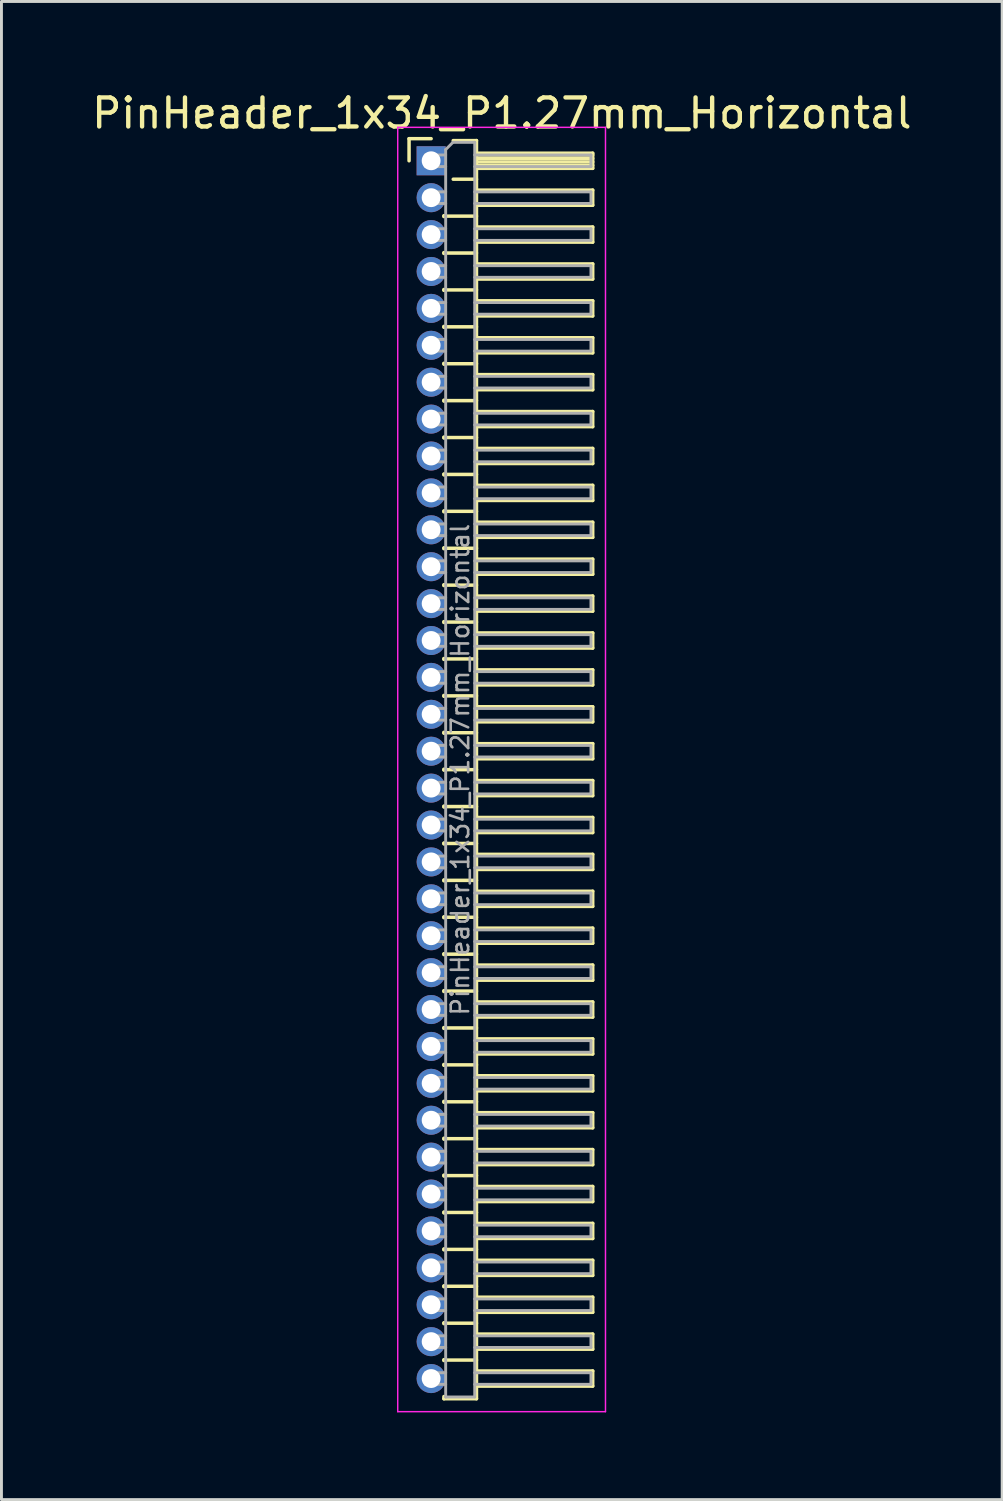
<source format=kicad_pcb>
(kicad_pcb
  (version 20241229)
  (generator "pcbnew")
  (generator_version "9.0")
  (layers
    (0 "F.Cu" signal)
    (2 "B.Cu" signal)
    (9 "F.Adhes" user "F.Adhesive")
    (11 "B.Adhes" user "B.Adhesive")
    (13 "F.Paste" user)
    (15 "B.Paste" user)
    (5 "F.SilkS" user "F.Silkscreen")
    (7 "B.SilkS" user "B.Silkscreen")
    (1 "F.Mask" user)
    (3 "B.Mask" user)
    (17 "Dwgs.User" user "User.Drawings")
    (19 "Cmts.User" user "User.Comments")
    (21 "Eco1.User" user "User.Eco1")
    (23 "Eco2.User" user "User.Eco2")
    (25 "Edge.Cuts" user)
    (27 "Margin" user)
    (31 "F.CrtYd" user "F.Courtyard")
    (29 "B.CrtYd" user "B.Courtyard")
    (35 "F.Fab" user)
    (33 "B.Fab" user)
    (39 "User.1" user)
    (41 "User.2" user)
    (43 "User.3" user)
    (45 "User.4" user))
  (footprint "PinHeader_1x34_P1.27mm_Horizontal"
    (layer "F.Cu")
    (at 11.788 2.483)
    (property "Reference" "PinHeader_1x34_P1.27mm_Horizontal" (at 2.433 -1.635 0) (layer "F.SilkS") (effects (font (size 1 1) (thickness 0.15))))
    (attr through_hole)
    (fp_line (start -0.76 -0.76) (end 0 -0.76) (stroke (width 0.12) (type solid)) (layer "F.SilkS"))
    (fp_line (start -0.76 0) (end -0.76 -0.76) (stroke (width 0.12) (type solid)) (layer "F.SilkS"))
    (fp_line (start 0.44 1.89) (end 0.44 1.92) (stroke (width 0.12) (type solid)) (layer "F.SilkS"))
    (fp_line (start 0.44 1.905) (end 1.56 1.905) (stroke (width 0.12) (type solid)) (layer "F.SilkS"))
    (fp_line (start 0.44 3.16) (end 0.44 3.19) (stroke (width 0.12) (type solid)) (layer "F.SilkS"))
    (fp_line (start 0.44 3.175) (end 1.56 3.175) (stroke (width 0.12) (type solid)) (layer "F.SilkS"))
    (fp_line (start 0.44 4.43) (end 0.44 4.46) (stroke (width 0.12) (type solid)) (layer "F.SilkS"))
    (fp_line (start 0.44 4.445) (end 1.56 4.445) (stroke (width 0.12) (type solid)) (layer "F.SilkS"))
    (fp_line (start 0.44 5.7) (end 0.44 5.73) (stroke (width 0.12) (type solid)) (layer "F.SilkS"))
    (fp_line (start 0.44 5.715) (end 1.56 5.715) (stroke (width 0.12) (type solid)) (layer "F.SilkS"))
    (fp_line (start 0.44 6.97) (end 0.44 7) (stroke (width 0.12) (type solid)) (layer "F.SilkS"))
    (fp_line (start 0.44 6.985) (end 1.56 6.985) (stroke (width 0.12) (type solid)) (layer "F.SilkS"))
    (fp_line (start 0.44 8.24) (end 0.44 8.27) (stroke (width 0.12) (type solid)) (layer "F.SilkS"))
    (fp_line (start 0.44 8.255) (end 1.56 8.255) (stroke (width 0.12) (type solid)) (layer "F.SilkS"))
    (fp_line (start 0.44 9.51) (end 0.44 9.54) (stroke (width 0.12) (type solid)) (layer "F.SilkS"))
    (fp_line (start 0.44 9.525) (end 1.56 9.525) (stroke (width 0.12) (type solid)) (layer "F.SilkS"))
    (fp_line (start 0.44 10.78) (end 0.44 10.81) (stroke (width 0.12) (type solid)) (layer "F.SilkS"))
    (fp_line (start 0.44 10.795) (end 1.56 10.795) (stroke (width 0.12) (type solid)) (layer "F.SilkS"))
    (fp_line (start 0.44 12.05) (end 0.44 12.08) (stroke (width 0.12) (type solid)) (layer "F.SilkS"))
    (fp_line (start 0.44 12.065) (end 1.56 12.065) (stroke (width 0.12) (type solid)) (layer "F.SilkS"))
    (fp_line (start 0.44 13.32) (end 0.44 13.35) (stroke (width 0.12) (type solid)) (layer "F.SilkS"))
    (fp_line (start 0.44 13.335) (end 1.56 13.335) (stroke (width 0.12) (type solid)) (layer "F.SilkS"))
    (fp_line (start 0.44 14.59) (end 0.44 14.62) (stroke (width 0.12) (type solid)) (layer "F.SilkS"))
    (fp_line (start 0.44 14.605) (end 1.56 14.605) (stroke (width 0.12) (type solid)) (layer "F.SilkS"))
    (fp_line (start 0.44 15.86) (end 0.44 15.89) (stroke (width 0.12) (type solid)) (layer "F.SilkS"))
    (fp_line (start 0.44 15.875) (end 1.56 15.875) (stroke (width 0.12) (type solid)) (layer "F.SilkS"))
    (fp_line (start 0.44 17.13) (end 0.44 17.16) (stroke (width 0.12) (type solid)) (layer "F.SilkS"))
    (fp_line (start 0.44 17.145) (end 1.56 17.145) (stroke (width 0.12) (type solid)) (layer "F.SilkS"))
    (fp_line (start 0.44 18.4) (end 0.44 18.43) (stroke (width 0.12) (type solid)) (layer "F.SilkS"))
    (fp_line (start 0.44 18.415) (end 1.56 18.415) (stroke (width 0.12) (type solid)) (layer "F.SilkS"))
    (fp_line (start 0.44 19.67) (end 0.44 19.7) (stroke (width 0.12) (type solid)) (layer "F.SilkS"))
    (fp_line (start 0.44 19.685) (end 1.56 19.685) (stroke (width 0.12) (type solid)) (layer "F.SilkS"))
    (fp_line (start 0.44 20.94) (end 0.44 20.97) (stroke (width 0.12) (type solid)) (layer "F.SilkS"))
    (fp_line (start 0.44 20.955) (end 1.56 20.955) (stroke (width 0.12) (type solid)) (layer "F.SilkS"))
    (fp_line (start 0.44 22.21) (end 0.44 22.24) (stroke (width 0.12) (type solid)) (layer "F.SilkS"))
    (fp_line (start 0.44 22.225) (end 1.56 22.225) (stroke (width 0.12) (type solid)) (layer "F.SilkS"))
    (fp_line (start 0.44 23.48) (end 0.44 23.51) (stroke (width 0.12) (type solid)) (layer "F.SilkS"))
    (fp_line (start 0.44 23.495) (end 1.56 23.495) (stroke (width 0.12) (type solid)) (layer "F.SilkS"))
    (fp_line (start 0.44 24.75) (end 0.44 24.78) (stroke (width 0.12) (type solid)) (layer "F.SilkS"))
    (fp_line (start 0.44 24.765) (end 1.56 24.765) (stroke (width 0.12) (type solid)) (layer "F.SilkS"))
    (fp_line (start 0.44 26.02) (end 0.44 26.05) (stroke (width 0.12) (type solid)) (layer "F.SilkS"))
    (fp_line (start 0.44 26.035) (end 1.56 26.035) (stroke (width 0.12) (type solid)) (layer "F.SilkS"))
    (fp_line (start 0.44 27.29) (end 0.44 27.32) (stroke (width 0.12) (type solid)) (layer "F.SilkS"))
    (fp_line (start 0.44 27.305) (end 1.56 27.305) (stroke (width 0.12) (type solid)) (layer "F.SilkS"))
    (fp_line (start 0.44 28.56) (end 0.44 28.59) (stroke (width 0.12) (type solid)) (layer "F.SilkS"))
    (fp_line (start 0.44 28.575) (end 1.56 28.575) (stroke (width 0.12) (type solid)) (layer "F.SilkS"))
    (fp_line (start 0.44 29.83) (end 0.44 29.86) (stroke (width 0.12) (type solid)) (layer "F.SilkS"))
    (fp_line (start 0.44 29.845) (end 1.56 29.845) (stroke (width 0.12) (type solid)) (layer "F.SilkS"))
    (fp_line (start 0.44 31.1) (end 0.44 31.13) (stroke (width 0.12) (type solid)) (layer "F.SilkS"))
    (fp_line (start 0.44 31.115) (end 1.56 31.115) (stroke (width 0.12) (type solid)) (layer "F.SilkS"))
    (fp_line (start 0.44 32.37) (end 0.44 32.4) (stroke (width 0.12) (type solid)) (layer "F.SilkS"))
    (fp_line (start 0.44 32.385) (end 1.56 32.385) (stroke (width 0.12) (type solid)) (layer "F.SilkS"))
    (fp_line (start 0.44 33.64) (end 0.44 33.67) (stroke (width 0.12) (type solid)) (layer "F.SilkS"))
    (fp_line (start 0.44 33.655) (end 1.56 33.655) (stroke (width 0.12) (type solid)) (layer "F.SilkS"))
    (fp_line (start 0.44 34.91) (end 0.44 34.94) (stroke (width 0.12) (type solid)) (layer "F.SilkS"))
    (fp_line (start 0.44 34.925) (end 1.56 34.925) (stroke (width 0.12) (type solid)) (layer "F.SilkS"))
    (fp_line (start 0.44 36.18) (end 0.44 36.21) (stroke (width 0.12) (type solid)) (layer "F.SilkS"))
    (fp_line (start 0.44 36.195) (end 1.56 36.195) (stroke (width 0.12) (type solid)) (layer "F.SilkS"))
    (fp_line (start 0.44 37.45) (end 0.44 37.48) (stroke (width 0.12) (type solid)) (layer "F.SilkS"))
    (fp_line (start 0.44 37.465) (end 1.56 37.465) (stroke (width 0.12) (type solid)) (layer "F.SilkS"))
    (fp_line (start 0.44 38.72) (end 0.44 38.75) (stroke (width 0.12) (type solid)) (layer "F.SilkS"))
    (fp_line (start 0.44 38.735) (end 1.56 38.735) (stroke (width 0.12) (type solid)) (layer "F.SilkS"))
    (fp_line (start 0.44 39.99) (end 0.44 40.02) (stroke (width 0.12) (type solid)) (layer "F.SilkS"))
    (fp_line (start 0.44 40.005) (end 1.56 40.005) (stroke (width 0.12) (type solid)) (layer "F.SilkS"))
    (fp_line (start 0.44 41.26) (end 0.44 41.29) (stroke (width 0.12) (type solid)) (layer "F.SilkS"))
    (fp_line (start 0.44 41.275) (end 1.56 41.275) (stroke (width 0.12) (type solid)) (layer "F.SilkS"))
    (fp_line (start 0.44 42.605) (end 0.44 42.53) (stroke (width 0.12) (type solid)) (layer "F.SilkS"))
    (fp_line (start 0.76 -0.695) (end 1.56 -0.695) (stroke (width 0.12) (type solid)) (layer "F.SilkS"))
    (fp_line (start 0.76 0.635) (end 1.56 0.635) (stroke (width 0.12) (type solid)) (layer "F.SilkS"))
    (fp_line (start 1.56 -0.695) (end 1.56 42.605) (stroke (width 0.12) (type solid)) (layer "F.SilkS"))
    (fp_line (start 1.56 -0.26) (end 5.56 -0.26) (stroke (width 0.12) (type solid)) (layer "F.SilkS"))
    (fp_line (start 1.56 -0.2) (end 5.56 -0.2) (stroke (width 0.12) (type solid)) (layer "F.SilkS"))
    (fp_line (start 1.56 -0.08) (end 5.56 -0.08) (stroke (width 0.12) (type solid)) (layer "F.SilkS"))
    (fp_line (start 1.56 0.04) (end 5.56 0.04) (stroke (width 0.12) (type solid)) (layer "F.SilkS"))
    (fp_line (start 1.56 0.16) (end 5.56 0.16) (stroke (width 0.12) (type solid)) (layer "F.SilkS"))
    (fp_line (start 1.56 1.01) (end 5.56 1.01) (stroke (width 0.12) (type solid)) (layer "F.SilkS"))
    (fp_line (start 1.56 2.28) (end 5.56 2.28) (stroke (width 0.12) (type solid)) (layer "F.SilkS"))
    (fp_line (start 1.56 3.55) (end 5.56 3.55) (stroke (width 0.12) (type solid)) (layer "F.SilkS"))
    (fp_line (start 1.56 4.82) (end 5.56 4.82) (stroke (width 0.12) (type solid)) (layer "F.SilkS"))
    (fp_line (start 1.56 6.09) (end 5.56 6.09) (stroke (width 0.12) (type solid)) (layer "F.SilkS"))
    (fp_line (start 1.56 7.36) (end 5.56 7.36) (stroke (width 0.12) (type solid)) (layer "F.SilkS"))
    (fp_line (start 1.56 8.63) (end 5.56 8.63) (stroke (width 0.12) (type solid)) (layer "F.SilkS"))
    (fp_line (start 1.56 9.9) (end 5.56 9.9) (stroke (width 0.12) (type solid)) (layer "F.SilkS"))
    (fp_line (start 1.56 11.17) (end 5.56 11.17) (stroke (width 0.12) (type solid)) (layer "F.SilkS"))
    (fp_line (start 1.56 12.44) (end 5.56 12.44) (stroke (width 0.12) (type solid)) (layer "F.SilkS"))
    (fp_line (start 1.56 13.71) (end 5.56 13.71) (stroke (width 0.12) (type solid)) (layer "F.SilkS"))
    (fp_line (start 1.56 14.98) (end 5.56 14.98) (stroke (width 0.12) (type solid)) (layer "F.SilkS"))
    (fp_line (start 1.56 16.25) (end 5.56 16.25) (stroke (width 0.12) (type solid)) (layer "F.SilkS"))
    (fp_line (start 1.56 17.52) (end 5.56 17.52) (stroke (width 0.12) (type solid)) (layer "F.SilkS"))
    (fp_line (start 1.56 18.79) (end 5.56 18.79) (stroke (width 0.12) (type solid)) (layer "F.SilkS"))
    (fp_line (start 1.56 20.06) (end 5.56 20.06) (stroke (width 0.12) (type solid)) (layer "F.SilkS"))
    (fp_line (start 1.56 21.33) (end 5.56 21.33) (stroke (width 0.12) (type solid)) (layer "F.SilkS"))
    (fp_line (start 1.56 22.6) (end 5.56 22.6) (stroke (width 0.12) (type solid)) (layer "F.SilkS"))
    (fp_line (start 1.56 23.87) (end 5.56 23.87) (stroke (width 0.12) (type solid)) (layer "F.SilkS"))
    (fp_line (start 1.56 25.14) (end 5.56 25.14) (stroke (width 0.12) (type solid)) (layer "F.SilkS"))
    (fp_line (start 1.56 26.41) (end 5.56 26.41) (stroke (width 0.12) (type solid)) (layer "F.SilkS"))
    (fp_line (start 1.56 27.68) (end 5.56 27.68) (stroke (width 0.12) (type solid)) (layer "F.SilkS"))
    (fp_line (start 1.56 28.95) (end 5.56 28.95) (stroke (width 0.12) (type solid)) (layer "F.SilkS"))
    (fp_line (start 1.56 30.22) (end 5.56 30.22) (stroke (width 0.12) (type solid)) (layer "F.SilkS"))
    (fp_line (start 1.56 31.49) (end 5.56 31.49) (stroke (width 0.12) (type solid)) (layer "F.SilkS"))
    (fp_line (start 1.56 32.76) (end 5.56 32.76) (stroke (width 0.12) (type solid)) (layer "F.SilkS"))
    (fp_line (start 1.56 34.03) (end 5.56 34.03) (stroke (width 0.12) (type solid)) (layer "F.SilkS"))
    (fp_line (start 1.56 35.3) (end 5.56 35.3) (stroke (width 0.12) (type solid)) (layer "F.SilkS"))
    (fp_line (start 1.56 36.57) (end 5.56 36.57) (stroke (width 0.12) (type solid)) (layer "F.SilkS"))
    (fp_line (start 1.56 37.84) (end 5.56 37.84) (stroke (width 0.12) (type solid)) (layer "F.SilkS"))
    (fp_line (start 1.56 39.11) (end 5.56 39.11) (stroke (width 0.12) (type solid)) (layer "F.SilkS"))
    (fp_line (start 1.56 40.38) (end 5.56 40.38) (stroke (width 0.12) (type solid)) (layer "F.SilkS"))
    (fp_line (start 1.56 41.65) (end 5.56 41.65) (stroke (width 0.12) (type solid)) (layer "F.SilkS"))
    (fp_line (start 1.56 42.605) (end 0.44 42.605) (stroke (width 0.12) (type solid)) (layer "F.SilkS"))
    (fp_line (start 5.56 -0.26) (end 5.56 0.26) (stroke (width 0.12) (type solid)) (layer "F.SilkS"))
    (fp_line (start 5.56 0.26) (end 1.56 0.26) (stroke (width 0.12) (type solid)) (layer "F.SilkS"))
    (fp_line (start 5.56 1.01) (end 5.56 1.53) (stroke (width 0.12) (type solid)) (layer "F.SilkS"))
    (fp_line (start 5.56 1.53) (end 1.56 1.53) (stroke (width 0.12) (type solid)) (layer "F.SilkS"))
    (fp_line (start 5.56 2.28) (end 5.56 2.8) (stroke (width 0.12) (type solid)) (layer "F.SilkS"))
    (fp_line (start 5.56 2.8) (end 1.56 2.8) (stroke (width 0.12) (type solid)) (layer "F.SilkS"))
    (fp_line (start 5.56 3.55) (end 5.56 4.07) (stroke (width 0.12) (type solid)) (layer "F.SilkS"))
    (fp_line (start 5.56 4.07) (end 1.56 4.07) (stroke (width 0.12) (type solid)) (layer "F.SilkS"))
    (fp_line (start 5.56 4.82) (end 5.56 5.34) (stroke (width 0.12) (type solid)) (layer "F.SilkS"))
    (fp_line (start 5.56 5.34) (end 1.56 5.34) (stroke (width 0.12) (type solid)) (layer "F.SilkS"))
    (fp_line (start 5.56 6.09) (end 5.56 6.61) (stroke (width 0.12) (type solid)) (layer "F.SilkS"))
    (fp_line (start 5.56 6.61) (end 1.56 6.61) (stroke (width 0.12) (type solid)) (layer "F.SilkS"))
    (fp_line (start 5.56 7.36) (end 5.56 7.88) (stroke (width 0.12) (type solid)) (layer "F.SilkS"))
    (fp_line (start 5.56 7.88) (end 1.56 7.88) (stroke (width 0.12) (type solid)) (layer "F.SilkS"))
    (fp_line (start 5.56 8.63) (end 5.56 9.15) (stroke (width 0.12) (type solid)) (layer "F.SilkS"))
    (fp_line (start 5.56 9.15) (end 1.56 9.15) (stroke (width 0.12) (type solid)) (layer "F.SilkS"))
    (fp_line (start 5.56 9.9) (end 5.56 10.42) (stroke (width 0.12) (type solid)) (layer "F.SilkS"))
    (fp_line (start 5.56 10.42) (end 1.56 10.42) (stroke (width 0.12) (type solid)) (layer "F.SilkS"))
    (fp_line (start 5.56 11.17) (end 5.56 11.69) (stroke (width 0.12) (type solid)) (layer "F.SilkS"))
    (fp_line (start 5.56 11.69) (end 1.56 11.69) (stroke (width 0.12) (type solid)) (layer "F.SilkS"))
    (fp_line (start 5.56 12.44) (end 5.56 12.96) (stroke (width 0.12) (type solid)) (layer "F.SilkS"))
    (fp_line (start 5.56 12.96) (end 1.56 12.96) (stroke (width 0.12) (type solid)) (layer "F.SilkS"))
    (fp_line (start 5.56 13.71) (end 5.56 14.23) (stroke (width 0.12) (type solid)) (layer "F.SilkS"))
    (fp_line (start 5.56 14.23) (end 1.56 14.23) (stroke (width 0.12) (type solid)) (layer "F.SilkS"))
    (fp_line (start 5.56 14.98) (end 5.56 15.5) (stroke (width 0.12) (type solid)) (layer "F.SilkS"))
    (fp_line (start 5.56 15.5) (end 1.56 15.5) (stroke (width 0.12) (type solid)) (layer "F.SilkS"))
    (fp_line (start 5.56 16.25) (end 5.56 16.77) (stroke (width 0.12) (type solid)) (layer "F.SilkS"))
    (fp_line (start 5.56 16.77) (end 1.56 16.77) (stroke (width 0.12) (type solid)) (layer "F.SilkS"))
    (fp_line (start 5.56 17.52) (end 5.56 18.04) (stroke (width 0.12) (type solid)) (layer "F.SilkS"))
    (fp_line (start 5.56 18.04) (end 1.56 18.04) (stroke (width 0.12) (type solid)) (layer "F.SilkS"))
    (fp_line (start 5.56 18.79) (end 5.56 19.31) (stroke (width 0.12) (type solid)) (layer "F.SilkS"))
    (fp_line (start 5.56 19.31) (end 1.56 19.31) (stroke (width 0.12) (type solid)) (layer "F.SilkS"))
    (fp_line (start 5.56 20.06) (end 5.56 20.58) (stroke (width 0.12) (type solid)) (layer "F.SilkS"))
    (fp_line (start 5.56 20.58) (end 1.56 20.58) (stroke (width 0.12) (type solid)) (layer "F.SilkS"))
    (fp_line (start 5.56 21.33) (end 5.56 21.85) (stroke (width 0.12) (type solid)) (layer "F.SilkS"))
    (fp_line (start 5.56 21.85) (end 1.56 21.85) (stroke (width 0.12) (type solid)) (layer "F.SilkS"))
    (fp_line (start 5.56 22.6) (end 5.56 23.12) (stroke (width 0.12) (type solid)) (layer "F.SilkS"))
    (fp_line (start 5.56 23.12) (end 1.56 23.12) (stroke (width 0.12) (type solid)) (layer "F.SilkS"))
    (fp_line (start 5.56 23.87) (end 5.56 24.39) (stroke (width 0.12) (type solid)) (layer "F.SilkS"))
    (fp_line (start 5.56 24.39) (end 1.56 24.39) (stroke (width 0.12) (type solid)) (layer "F.SilkS"))
    (fp_line (start 5.56 25.14) (end 5.56 25.66) (stroke (width 0.12) (type solid)) (layer "F.SilkS"))
    (fp_line (start 5.56 25.66) (end 1.56 25.66) (stroke (width 0.12) (type solid)) (layer "F.SilkS"))
    (fp_line (start 5.56 26.41) (end 5.56 26.93) (stroke (width 0.12) (type solid)) (layer "F.SilkS"))
    (fp_line (start 5.56 26.93) (end 1.56 26.93) (stroke (width 0.12) (type solid)) (layer "F.SilkS"))
    (fp_line (start 5.56 27.68) (end 5.56 28.2) (stroke (width 0.12) (type solid)) (layer "F.SilkS"))
    (fp_line (start 5.56 28.2) (end 1.56 28.2) (stroke (width 0.12) (type solid)) (layer "F.SilkS"))
    (fp_line (start 5.56 28.95) (end 5.56 29.47) (stroke (width 0.12) (type solid)) (layer "F.SilkS"))
    (fp_line (start 5.56 29.47) (end 1.56 29.47) (stroke (width 0.12) (type solid)) (layer "F.SilkS"))
    (fp_line (start 5.56 30.22) (end 5.56 30.74) (stroke (width 0.12) (type solid)) (layer "F.SilkS"))
    (fp_line (start 5.56 30.74) (end 1.56 30.74) (stroke (width 0.12) (type solid)) (layer "F.SilkS"))
    (fp_line (start 5.56 31.49) (end 5.56 32.01) (stroke (width 0.12) (type solid)) (layer "F.SilkS"))
    (fp_line (start 5.56 32.01) (end 1.56 32.01) (stroke (width 0.12) (type solid)) (layer "F.SilkS"))
    (fp_line (start 5.56 32.76) (end 5.56 33.28) (stroke (width 0.12) (type solid)) (layer "F.SilkS"))
    (fp_line (start 5.56 33.28) (end 1.56 33.28) (stroke (width 0.12) (type solid)) (layer "F.SilkS"))
    (fp_line (start 5.56 34.03) (end 5.56 34.55) (stroke (width 0.12) (type solid)) (layer "F.SilkS"))
    (fp_line (start 5.56 34.55) (end 1.56 34.55) (stroke (width 0.12) (type solid)) (layer "F.SilkS"))
    (fp_line (start 5.56 35.3) (end 5.56 35.82) (stroke (width 0.12) (type solid)) (layer "F.SilkS"))
    (fp_line (start 5.56 35.82) (end 1.56 35.82) (stroke (width 0.12) (type solid)) (layer "F.SilkS"))
    (fp_line (start 5.56 36.57) (end 5.56 37.09) (stroke (width 0.12) (type solid)) (layer "F.SilkS"))
    (fp_line (start 5.56 37.09) (end 1.56 37.09) (stroke (width 0.12) (type solid)) (layer "F.SilkS"))
    (fp_line (start 5.56 37.84) (end 5.56 38.36) (stroke (width 0.12) (type solid)) (layer "F.SilkS"))
    (fp_line (start 5.56 38.36) (end 1.56 38.36) (stroke (width 0.12) (type solid)) (layer "F.SilkS"))
    (fp_line (start 5.56 39.11) (end 5.56 39.63) (stroke (width 0.12) (type solid)) (layer "F.SilkS"))
    (fp_line (start 5.56 39.63) (end 1.56 39.63) (stroke (width 0.12) (type solid)) (layer "F.SilkS"))
    (fp_line (start 5.56 40.38) (end 5.56 40.9) (stroke (width 0.12) (type solid)) (layer "F.SilkS"))
    (fp_line (start 5.56 40.9) (end 1.56 40.9) (stroke (width 0.12) (type solid)) (layer "F.SilkS"))
    (fp_line (start 5.56 41.65) (end 5.56 42.17) (stroke (width 0.12) (type solid)) (layer "F.SilkS"))
    (fp_line (start 5.56 42.17) (end 1.56 42.17) (stroke (width 0.12) (type solid)) (layer "F.SilkS"))
    (fp_line (start -1.15 -1.15) (end -1.15 43.05) (stroke (width 0.05) (type solid)) (layer "F.CrtYd"))
    (fp_line (start -1.15 43.05) (end 6 43.05) (stroke (width 0.05) (type solid)) (layer "F.CrtYd"))
    (fp_line (start 6 -1.15) (end -1.15 -1.15) (stroke (width 0.05) (type solid)) (layer "F.CrtYd"))
    (fp_line (start 6 43.05) (end 6 -1.15) (stroke (width 0.05) (type solid)) (layer "F.CrtYd"))
    (fp_line (start -0.2 -0.2) (end -0.2 0.2) (stroke (width 0.1) (type solid)) (layer "F.Fab"))
    (fp_line (start -0.2 -0.2) (end 0.5 -0.2) (stroke (width 0.1) (type solid)) (layer "F.Fab"))
    (fp_line (start -0.2 0.2) (end 0.5 0.2) (stroke (width 0.1) (type solid)) (layer "F.Fab"))
    (fp_line (start -0.2 1.07) (end -0.2 1.47) (stroke (width 0.1) (type solid)) (layer "F.Fab"))
    (fp_line (start -0.2 1.07) (end 0.5 1.07) (stroke (width 0.1) (type solid)) (layer "F.Fab"))
    (fp_line (start -0.2 1.47) (end 0.5 1.47) (stroke (width 0.1) (type solid)) (layer "F.Fab"))
    (fp_line (start -0.2 2.34) (end -0.2 2.74) (stroke (width 0.1) (type solid)) (layer "F.Fab"))
    (fp_line (start -0.2 2.34) (end 0.5 2.34) (stroke (width 0.1) (type solid)) (layer "F.Fab"))
    (fp_line (start -0.2 2.74) (end 0.5 2.74) (stroke (width 0.1) (type solid)) (layer "F.Fab"))
    (fp_line (start -0.2 3.61) (end -0.2 4.01) (stroke (width 0.1) (type solid)) (layer "F.Fab"))
    (fp_line (start -0.2 3.61) (end 0.5 3.61) (stroke (width 0.1) (type solid)) (layer "F.Fab"))
    (fp_line (start -0.2 4.01) (end 0.5 4.01) (stroke (width 0.1) (type solid)) (layer "F.Fab"))
    (fp_line (start -0.2 4.88) (end -0.2 5.28) (stroke (width 0.1) (type solid)) (layer "F.Fab"))
    (fp_line (start -0.2 4.88) (end 0.5 4.88) (stroke (width 0.1) (type solid)) (layer "F.Fab"))
    (fp_line (start -0.2 5.28) (end 0.5 5.28) (stroke (width 0.1) (type solid)) (layer "F.Fab"))
    (fp_line (start -0.2 6.15) (end -0.2 6.55) (stroke (width 0.1) (type solid)) (layer "F.Fab"))
    (fp_line (start -0.2 6.15) (end 0.5 6.15) (stroke (width 0.1) (type solid)) (layer "F.Fab"))
    (fp_line (start -0.2 6.55) (end 0.5 6.55) (stroke (width 0.1) (type solid)) (layer "F.Fab"))
    (fp_line (start -0.2 7.42) (end -0.2 7.82) (stroke (width 0.1) (type solid)) (layer "F.Fab"))
    (fp_line (start -0.2 7.42) (end 0.5 7.42) (stroke (width 0.1) (type solid)) (layer "F.Fab"))
    (fp_line (start -0.2 7.82) (end 0.5 7.82) (stroke (width 0.1) (type solid)) (layer "F.Fab"))
    (fp_line (start -0.2 8.69) (end -0.2 9.09) (stroke (width 0.1) (type solid)) (layer "F.Fab"))
    (fp_line (start -0.2 8.69) (end 0.5 8.69) (stroke (width 0.1) (type solid)) (layer "F.Fab"))
    (fp_line (start -0.2 9.09) (end 0.5 9.09) (stroke (width 0.1) (type solid)) (layer "F.Fab"))
    (fp_line (start -0.2 9.96) (end -0.2 10.36) (stroke (width 0.1) (type solid)) (layer "F.Fab"))
    (fp_line (start -0.2 9.96) (end 0.5 9.96) (stroke (width 0.1) (type solid)) (layer "F.Fab"))
    (fp_line (start -0.2 10.36) (end 0.5 10.36) (stroke (width 0.1) (type solid)) (layer "F.Fab"))
    (fp_line (start -0.2 11.23) (end -0.2 11.63) (stroke (width 0.1) (type solid)) (layer "F.Fab"))
    (fp_line (start -0.2 11.23) (end 0.5 11.23) (stroke (width 0.1) (type solid)) (layer "F.Fab"))
    (fp_line (start -0.2 11.63) (end 0.5 11.63) (stroke (width 0.1) (type solid)) (layer "F.Fab"))
    (fp_line (start -0.2 12.5) (end -0.2 12.9) (stroke (width 0.1) (type solid)) (layer "F.Fab"))
    (fp_line (start -0.2 12.5) (end 0.5 12.5) (stroke (width 0.1) (type solid)) (layer "F.Fab"))
    (fp_line (start -0.2 12.9) (end 0.5 12.9) (stroke (width 0.1) (type solid)) (layer "F.Fab"))
    (fp_line (start -0.2 13.77) (end -0.2 14.17) (stroke (width 0.1) (type solid)) (layer "F.Fab"))
    (fp_line (start -0.2 13.77) (end 0.5 13.77) (stroke (width 0.1) (type solid)) (layer "F.Fab"))
    (fp_line (start -0.2 14.17) (end 0.5 14.17) (stroke (width 0.1) (type solid)) (layer "F.Fab"))
    (fp_line (start -0.2 15.04) (end -0.2 15.44) (stroke (width 0.1) (type solid)) (layer "F.Fab"))
    (fp_line (start -0.2 15.04) (end 0.5 15.04) (stroke (width 0.1) (type solid)) (layer "F.Fab"))
    (fp_line (start -0.2 15.44) (end 0.5 15.44) (stroke (width 0.1) (type solid)) (layer "F.Fab"))
    (fp_line (start -0.2 16.31) (end -0.2 16.71) (stroke (width 0.1) (type solid)) (layer "F.Fab"))
    (fp_line (start -0.2 16.31) (end 0.5 16.31) (stroke (width 0.1) (type solid)) (layer "F.Fab"))
    (fp_line (start -0.2 16.71) (end 0.5 16.71) (stroke (width 0.1) (type solid)) (layer "F.Fab"))
    (fp_line (start -0.2 17.58) (end -0.2 17.98) (stroke (width 0.1) (type solid)) (layer "F.Fab"))
    (fp_line (start -0.2 17.58) (end 0.5 17.58) (stroke (width 0.1) (type solid)) (layer "F.Fab"))
    (fp_line (start -0.2 17.98) (end 0.5 17.98) (stroke (width 0.1) (type solid)) (layer "F.Fab"))
    (fp_line (start -0.2 18.85) (end -0.2 19.25) (stroke (width 0.1) (type solid)) (layer "F.Fab"))
    (fp_line (start -0.2 18.85) (end 0.5 18.85) (stroke (width 0.1) (type solid)) (layer "F.Fab"))
    (fp_line (start -0.2 19.25) (end 0.5 19.25) (stroke (width 0.1) (type solid)) (layer "F.Fab"))
    (fp_line (start -0.2 20.12) (end -0.2 20.52) (stroke (width 0.1) (type solid)) (layer "F.Fab"))
    (fp_line (start -0.2 20.12) (end 0.5 20.12) (stroke (width 0.1) (type solid)) (layer "F.Fab"))
    (fp_line (start -0.2 20.52) (end 0.5 20.52) (stroke (width 0.1) (type solid)) (layer "F.Fab"))
    (fp_line (start -0.2 21.39) (end -0.2 21.79) (stroke (width 0.1) (type solid)) (layer "F.Fab"))
    (fp_line (start -0.2 21.39) (end 0.5 21.39) (stroke (width 0.1) (type solid)) (layer "F.Fab"))
    (fp_line (start -0.2 21.79) (end 0.5 21.79) (stroke (width 0.1) (type solid)) (layer "F.Fab"))
    (fp_line (start -0.2 22.66) (end -0.2 23.06) (stroke (width 0.1) (type solid)) (layer "F.Fab"))
    (fp_line (start -0.2 22.66) (end 0.5 22.66) (stroke (width 0.1) (type solid)) (layer "F.Fab"))
    (fp_line (start -0.2 23.06) (end 0.5 23.06) (stroke (width 0.1) (type solid)) (layer "F.Fab"))
    (fp_line (start -0.2 23.93) (end -0.2 24.33) (stroke (width 0.1) (type solid)) (layer "F.Fab"))
    (fp_line (start -0.2 23.93) (end 0.5 23.93) (stroke (width 0.1) (type solid)) (layer "F.Fab"))
    (fp_line (start -0.2 24.33) (end 0.5 24.33) (stroke (width 0.1) (type solid)) (layer "F.Fab"))
    (fp_line (start -0.2 25.2) (end -0.2 25.6) (stroke (width 0.1) (type solid)) (layer "F.Fab"))
    (fp_line (start -0.2 25.2) (end 0.5 25.2) (stroke (width 0.1) (type solid)) (layer "F.Fab"))
    (fp_line (start -0.2 25.6) (end 0.5 25.6) (stroke (width 0.1) (type solid)) (layer "F.Fab"))
    (fp_line (start -0.2 26.47) (end -0.2 26.87) (stroke (width 0.1) (type solid)) (layer "F.Fab"))
    (fp_line (start -0.2 26.47) (end 0.5 26.47) (stroke (width 0.1) (type solid)) (layer "F.Fab"))
    (fp_line (start -0.2 26.87) (end 0.5 26.87) (stroke (width 0.1) (type solid)) (layer "F.Fab"))
    (fp_line (start -0.2 27.74) (end -0.2 28.14) (stroke (width 0.1) (type solid)) (layer "F.Fab"))
    (fp_line (start -0.2 27.74) (end 0.5 27.74) (stroke (width 0.1) (type solid)) (layer "F.Fab"))
    (fp_line (start -0.2 28.14) (end 0.5 28.14) (stroke (width 0.1) (type solid)) (layer "F.Fab"))
    (fp_line (start -0.2 29.01) (end -0.2 29.41) (stroke (width 0.1) (type solid)) (layer "F.Fab"))
    (fp_line (start -0.2 29.01) (end 0.5 29.01) (stroke (width 0.1) (type solid)) (layer "F.Fab"))
    (fp_line (start -0.2 29.41) (end 0.5 29.41) (stroke (width 0.1) (type solid)) (layer "F.Fab"))
    (fp_line (start -0.2 30.28) (end -0.2 30.68) (stroke (width 0.1) (type solid)) (layer "F.Fab"))
    (fp_line (start -0.2 30.28) (end 0.5 30.28) (stroke (width 0.1) (type solid)) (layer "F.Fab"))
    (fp_line (start -0.2 30.68) (end 0.5 30.68) (stroke (width 0.1) (type solid)) (layer "F.Fab"))
    (fp_line (start -0.2 31.55) (end -0.2 31.95) (stroke (width 0.1) (type solid)) (layer "F.Fab"))
    (fp_line (start -0.2 31.55) (end 0.5 31.55) (stroke (width 0.1) (type solid)) (layer "F.Fab"))
    (fp_line (start -0.2 31.95) (end 0.5 31.95) (stroke (width 0.1) (type solid)) (layer "F.Fab"))
    (fp_line (start -0.2 32.82) (end -0.2 33.22) (stroke (width 0.1) (type solid)) (layer "F.Fab"))
    (fp_line (start -0.2 32.82) (end 0.5 32.82) (stroke (width 0.1) (type solid)) (layer "F.Fab"))
    (fp_line (start -0.2 33.22) (end 0.5 33.22) (stroke (width 0.1) (type solid)) (layer "F.Fab"))
    (fp_line (start -0.2 34.09) (end -0.2 34.49) (stroke (width 0.1) (type solid)) (layer "F.Fab"))
    (fp_line (start -0.2 34.09) (end 0.5 34.09) (stroke (width 0.1) (type solid)) (layer "F.Fab"))
    (fp_line (start -0.2 34.49) (end 0.5 34.49) (stroke (width 0.1) (type solid)) (layer "F.Fab"))
    (fp_line (start -0.2 35.36) (end -0.2 35.76) (stroke (width 0.1) (type solid)) (layer "F.Fab"))
    (fp_line (start -0.2 35.36) (end 0.5 35.36) (stroke (width 0.1) (type solid)) (layer "F.Fab"))
    (fp_line (start -0.2 35.76) (end 0.5 35.76) (stroke (width 0.1) (type solid)) (layer "F.Fab"))
    (fp_line (start -0.2 36.63) (end -0.2 37.03) (stroke (width 0.1) (type solid)) (layer "F.Fab"))
    (fp_line (start -0.2 36.63) (end 0.5 36.63) (stroke (width 0.1) (type solid)) (layer "F.Fab"))
    (fp_line (start -0.2 37.03) (end 0.5 37.03) (stroke (width 0.1) (type solid)) (layer "F.Fab"))
    (fp_line (start -0.2 37.9) (end -0.2 38.3) (stroke (width 0.1) (type solid)) (layer "F.Fab"))
    (fp_line (start -0.2 37.9) (end 0.5 37.9) (stroke (width 0.1) (type solid)) (layer "F.Fab"))
    (fp_line (start -0.2 38.3) (end 0.5 38.3) (stroke (width 0.1) (type solid)) (layer "F.Fab"))
    (fp_line (start -0.2 39.17) (end -0.2 39.57) (stroke (width 0.1) (type solid)) (layer "F.Fab"))
    (fp_line (start -0.2 39.17) (end 0.5 39.17) (stroke (width 0.1) (type solid)) (layer "F.Fab"))
    (fp_line (start -0.2 39.57) (end 0.5 39.57) (stroke (width 0.1) (type solid)) (layer "F.Fab"))
    (fp_line (start -0.2 40.44) (end -0.2 40.84) (stroke (width 0.1) (type solid)) (layer "F.Fab"))
    (fp_line (start -0.2 40.44) (end 0.5 40.44) (stroke (width 0.1) (type solid)) (layer "F.Fab"))
    (fp_line (start -0.2 40.84) (end 0.5 40.84) (stroke (width 0.1) (type solid)) (layer "F.Fab"))
    (fp_line (start -0.2 41.71) (end -0.2 42.11) (stroke (width 0.1) (type solid)) (layer "F.Fab"))
    (fp_line (start -0.2 41.71) (end 0.5 41.71) (stroke (width 0.1) (type solid)) (layer "F.Fab"))
    (fp_line (start -0.2 42.11) (end 0.5 42.11) (stroke (width 0.1) (type solid)) (layer "F.Fab"))
    (fp_line (start 0.5 -0.385) (end 0.75 -0.635) (stroke (width 0.1) (type solid)) (layer "F.Fab"))
    (fp_line (start 0.5 42.545) (end 0.5 -0.385) (stroke (width 0.1) (type solid)) (layer "F.Fab"))
    (fp_line (start 0.75 -0.635) (end 1.5 -0.635) (stroke (width 0.1) (type solid)) (layer "F.Fab"))
    (fp_line (start 1.5 -0.635) (end 1.5 42.545) (stroke (width 0.1) (type solid)) (layer "F.Fab"))
    (fp_line (start 1.5 -0.2) (end 5.5 -0.2) (stroke (width 0.1) (type solid)) (layer "F.Fab"))
    (fp_line (start 1.5 0.2) (end 5.5 0.2) (stroke (width 0.1) (type solid)) (layer "F.Fab"))
    (fp_line (start 1.5 1.07) (end 5.5 1.07) (stroke (width 0.1) (type solid)) (layer "F.Fab"))
    (fp_line (start 1.5 1.47) (end 5.5 1.47) (stroke (width 0.1) (type solid)) (layer "F.Fab"))
    (fp_line (start 1.5 2.34) (end 5.5 2.34) (stroke (width 0.1) (type solid)) (layer "F.Fab"))
    (fp_line (start 1.5 2.74) (end 5.5 2.74) (stroke (width 0.1) (type solid)) (layer "F.Fab"))
    (fp_line (start 1.5 3.61) (end 5.5 3.61) (stroke (width 0.1) (type solid)) (layer "F.Fab"))
    (fp_line (start 1.5 4.01) (end 5.5 4.01) (stroke (width 0.1) (type solid)) (layer "F.Fab"))
    (fp_line (start 1.5 4.88) (end 5.5 4.88) (stroke (width 0.1) (type solid)) (layer "F.Fab"))
    (fp_line (start 1.5 5.28) (end 5.5 5.28) (stroke (width 0.1) (type solid)) (layer "F.Fab"))
    (fp_line (start 1.5 6.15) (end 5.5 6.15) (stroke (width 0.1) (type solid)) (layer "F.Fab"))
    (fp_line (start 1.5 6.55) (end 5.5 6.55) (stroke (width 0.1) (type solid)) (layer "F.Fab"))
    (fp_line (start 1.5 7.42) (end 5.5 7.42) (stroke (width 0.1) (type solid)) (layer "F.Fab"))
    (fp_line (start 1.5 7.82) (end 5.5 7.82) (stroke (width 0.1) (type solid)) (layer "F.Fab"))
    (fp_line (start 1.5 8.69) (end 5.5 8.69) (stroke (width 0.1) (type solid)) (layer "F.Fab"))
    (fp_line (start 1.5 9.09) (end 5.5 9.09) (stroke (width 0.1) (type solid)) (layer "F.Fab"))
    (fp_line (start 1.5 9.96) (end 5.5 9.96) (stroke (width 0.1) (type solid)) (layer "F.Fab"))
    (fp_line (start 1.5 10.36) (end 5.5 10.36) (stroke (width 0.1) (type solid)) (layer "F.Fab"))
    (fp_line (start 1.5 11.23) (end 5.5 11.23) (stroke (width 0.1) (type solid)) (layer "F.Fab"))
    (fp_line (start 1.5 11.63) (end 5.5 11.63) (stroke (width 0.1) (type solid)) (layer "F.Fab"))
    (fp_line (start 1.5 12.5) (end 5.5 12.5) (stroke (width 0.1) (type solid)) (layer "F.Fab"))
    (fp_line (start 1.5 12.9) (end 5.5 12.9) (stroke (width 0.1) (type solid)) (layer "F.Fab"))
    (fp_line (start 1.5 13.77) (end 5.5 13.77) (stroke (width 0.1) (type solid)) (layer "F.Fab"))
    (fp_line (start 1.5 14.17) (end 5.5 14.17) (stroke (width 0.1) (type solid)) (layer "F.Fab"))
    (fp_line (start 1.5 15.04) (end 5.5 15.04) (stroke (width 0.1) (type solid)) (layer "F.Fab"))
    (fp_line (start 1.5 15.44) (end 5.5 15.44) (stroke (width 0.1) (type solid)) (layer "F.Fab"))
    (fp_line (start 1.5 16.31) (end 5.5 16.31) (stroke (width 0.1) (type solid)) (layer "F.Fab"))
    (fp_line (start 1.5 16.71) (end 5.5 16.71) (stroke (width 0.1) (type solid)) (layer "F.Fab"))
    (fp_line (start 1.5 17.58) (end 5.5 17.58) (stroke (width 0.1) (type solid)) (layer "F.Fab"))
    (fp_line (start 1.5 17.98) (end 5.5 17.98) (stroke (width 0.1) (type solid)) (layer "F.Fab"))
    (fp_line (start 1.5 18.85) (end 5.5 18.85) (stroke (width 0.1) (type solid)) (layer "F.Fab"))
    (fp_line (start 1.5 19.25) (end 5.5 19.25) (stroke (width 0.1) (type solid)) (layer "F.Fab"))
    (fp_line (start 1.5 20.12) (end 5.5 20.12) (stroke (width 0.1) (type solid)) (layer "F.Fab"))
    (fp_line (start 1.5 20.52) (end 5.5 20.52) (stroke (width 0.1) (type solid)) (layer "F.Fab"))
    (fp_line (start 1.5 21.39) (end 5.5 21.39) (stroke (width 0.1) (type solid)) (layer "F.Fab"))
    (fp_line (start 1.5 21.79) (end 5.5 21.79) (stroke (width 0.1) (type solid)) (layer "F.Fab"))
    (fp_line (start 1.5 22.66) (end 5.5 22.66) (stroke (width 0.1) (type solid)) (layer "F.Fab"))
    (fp_line (start 1.5 23.06) (end 5.5 23.06) (stroke (width 0.1) (type solid)) (layer "F.Fab"))
    (fp_line (start 1.5 23.93) (end 5.5 23.93) (stroke (width 0.1) (type solid)) (layer "F.Fab"))
    (fp_line (start 1.5 24.33) (end 5.5 24.33) (stroke (width 0.1) (type solid)) (layer "F.Fab"))
    (fp_line (start 1.5 25.2) (end 5.5 25.2) (stroke (width 0.1) (type solid)) (layer "F.Fab"))
    (fp_line (start 1.5 25.6) (end 5.5 25.6) (stroke (width 0.1) (type solid)) (layer "F.Fab"))
    (fp_line (start 1.5 26.47) (end 5.5 26.47) (stroke (width 0.1) (type solid)) (layer "F.Fab"))
    (fp_line (start 1.5 26.87) (end 5.5 26.87) (stroke (width 0.1) (type solid)) (layer "F.Fab"))
    (fp_line (start 1.5 27.74) (end 5.5 27.74) (stroke (width 0.1) (type solid)) (layer "F.Fab"))
    (fp_line (start 1.5 28.14) (end 5.5 28.14) (stroke (width 0.1) (type solid)) (layer "F.Fab"))
    (fp_line (start 1.5 29.01) (end 5.5 29.01) (stroke (width 0.1) (type solid)) (layer "F.Fab"))
    (fp_line (start 1.5 29.41) (end 5.5 29.41) (stroke (width 0.1) (type solid)) (layer "F.Fab"))
    (fp_line (start 1.5 30.28) (end 5.5 30.28) (stroke (width 0.1) (type solid)) (layer "F.Fab"))
    (fp_line (start 1.5 30.68) (end 5.5 30.68) (stroke (width 0.1) (type solid)) (layer "F.Fab"))
    (fp_line (start 1.5 31.55) (end 5.5 31.55) (stroke (width 0.1) (type solid)) (layer "F.Fab"))
    (fp_line (start 1.5 31.95) (end 5.5 31.95) (stroke (width 0.1) (type solid)) (layer "F.Fab"))
    (fp_line (start 1.5 32.82) (end 5.5 32.82) (stroke (width 0.1) (type solid)) (layer "F.Fab"))
    (fp_line (start 1.5 33.22) (end 5.5 33.22) (stroke (width 0.1) (type solid)) (layer "F.Fab"))
    (fp_line (start 1.5 34.09) (end 5.5 34.09) (stroke (width 0.1) (type solid)) (layer "F.Fab"))
    (fp_line (start 1.5 34.49) (end 5.5 34.49) (stroke (width 0.1) (type solid)) (layer "F.Fab"))
    (fp_line (start 1.5 35.36) (end 5.5 35.36) (stroke (width 0.1) (type solid)) (layer "F.Fab"))
    (fp_line (start 1.5 35.76) (end 5.5 35.76) (stroke (width 0.1) (type solid)) (layer "F.Fab"))
    (fp_line (start 1.5 36.63) (end 5.5 36.63) (stroke (width 0.1) (type solid)) (layer "F.Fab"))
    (fp_line (start 1.5 37.03) (end 5.5 37.03) (stroke (width 0.1) (type solid)) (layer "F.Fab"))
    (fp_line (start 1.5 37.9) (end 5.5 37.9) (stroke (width 0.1) (type solid)) (layer "F.Fab"))
    (fp_line (start 1.5 38.3) (end 5.5 38.3) (stroke (width 0.1) (type solid)) (layer "F.Fab"))
    (fp_line (start 1.5 39.17) (end 5.5 39.17) (stroke (width 0.1) (type solid)) (layer "F.Fab"))
    (fp_line (start 1.5 39.57) (end 5.5 39.57) (stroke (width 0.1) (type solid)) (layer "F.Fab"))
    (fp_line (start 1.5 40.44) (end 5.5 40.44) (stroke (width 0.1) (type solid)) (layer "F.Fab"))
    (fp_line (start 1.5 40.84) (end 5.5 40.84) (stroke (width 0.1) (type solid)) (layer "F.Fab"))
    (fp_line (start 1.5 41.71) (end 5.5 41.71) (stroke (width 0.1) (type solid)) (layer "F.Fab"))
    (fp_line (start 1.5 42.11) (end 5.5 42.11) (stroke (width 0.1) (type solid)) (layer "F.Fab"))
    (fp_line (start 1.5 42.545) (end 0.5 42.545) (stroke (width 0.1) (type solid)) (layer "F.Fab"))
    (fp_line (start 5.5 -0.2) (end 5.5 0.2) (stroke (width 0.1) (type solid)) (layer "F.Fab"))
    (fp_line (start 5.5 1.07) (end 5.5 1.47) (stroke (width 0.1) (type solid)) (layer "F.Fab"))
    (fp_line (start 5.5 2.34) (end 5.5 2.74) (stroke (width 0.1) (type solid)) (layer "F.Fab"))
    (fp_line (start 5.5 3.61) (end 5.5 4.01) (stroke (width 0.1) (type solid)) (layer "F.Fab"))
    (fp_line (start 5.5 4.88) (end 5.5 5.28) (stroke (width 0.1) (type solid)) (layer "F.Fab"))
    (fp_line (start 5.5 6.15) (end 5.5 6.55) (stroke (width 0.1) (type solid)) (layer "F.Fab"))
    (fp_line (start 5.5 7.42) (end 5.5 7.82) (stroke (width 0.1) (type solid)) (layer "F.Fab"))
    (fp_line (start 5.5 8.69) (end 5.5 9.09) (stroke (width 0.1) (type solid)) (layer "F.Fab"))
    (fp_line (start 5.5 9.96) (end 5.5 10.36) (stroke (width 0.1) (type solid)) (layer "F.Fab"))
    (fp_line (start 5.5 11.23) (end 5.5 11.63) (stroke (width 0.1) (type solid)) (layer "F.Fab"))
    (fp_line (start 5.5 12.5) (end 5.5 12.9) (stroke (width 0.1) (type solid)) (layer "F.Fab"))
    (fp_line (start 5.5 13.77) (end 5.5 14.17) (stroke (width 0.1) (type solid)) (layer "F.Fab"))
    (fp_line (start 5.5 15.04) (end 5.5 15.44) (stroke (width 0.1) (type solid)) (layer "F.Fab"))
    (fp_line (start 5.5 16.31) (end 5.5 16.71) (stroke (width 0.1) (type solid)) (layer "F.Fab"))
    (fp_line (start 5.5 17.58) (end 5.5 17.98) (stroke (width 0.1) (type solid)) (layer "F.Fab"))
    (fp_line (start 5.5 18.85) (end 5.5 19.25) (stroke (width 0.1) (type solid)) (layer "F.Fab"))
    (fp_line (start 5.5 20.12) (end 5.5 20.52) (stroke (width 0.1) (type solid)) (layer "F.Fab"))
    (fp_line (start 5.5 21.39) (end 5.5 21.79) (stroke (width 0.1) (type solid)) (layer "F.Fab"))
    (fp_line (start 5.5 22.66) (end 5.5 23.06) (stroke (width 0.1) (type solid)) (layer "F.Fab"))
    (fp_line (start 5.5 23.93) (end 5.5 24.33) (stroke (width 0.1) (type solid)) (layer "F.Fab"))
    (fp_line (start 5.5 25.2) (end 5.5 25.6) (stroke (width 0.1) (type solid)) (layer "F.Fab"))
    (fp_line (start 5.5 26.47) (end 5.5 26.87) (stroke (width 0.1) (type solid)) (layer "F.Fab"))
    (fp_line (start 5.5 27.74) (end 5.5 28.14) (stroke (width 0.1) (type solid)) (layer "F.Fab"))
    (fp_line (start 5.5 29.01) (end 5.5 29.41) (stroke (width 0.1) (type solid)) (layer "F.Fab"))
    (fp_line (start 5.5 30.28) (end 5.5 30.68) (stroke (width 0.1) (type solid)) (layer "F.Fab"))
    (fp_line (start 5.5 31.55) (end 5.5 31.95) (stroke (width 0.1) (type solid)) (layer "F.Fab"))
    (fp_line (start 5.5 32.82) (end 5.5 33.22) (stroke (width 0.1) (type solid)) (layer "F.Fab"))
    (fp_line (start 5.5 34.09) (end 5.5 34.49) (stroke (width 0.1) (type solid)) (layer "F.Fab"))
    (fp_line (start 5.5 35.36) (end 5.5 35.76) (stroke (width 0.1) (type solid)) (layer "F.Fab"))
    (fp_line (start 5.5 36.63) (end 5.5 37.03) (stroke (width 0.1) (type solid)) (layer "F.Fab"))
    (fp_line (start 5.5 37.9) (end 5.5 38.3) (stroke (width 0.1) (type solid)) (layer "F.Fab"))
    (fp_line (start 5.5 39.17) (end 5.5 39.57) (stroke (width 0.1) (type solid)) (layer "F.Fab"))
    (fp_line (start 5.5 40.44) (end 5.5 40.84) (stroke (width 0.1) (type solid)) (layer "F.Fab"))
    (fp_line (start 5.5 41.71) (end 5.5 42.11) (stroke (width 0.1) (type solid)) (layer "F.Fab"))
    (fp_text user "${REFERENCE}" (at 1 20.955 90) (layer "F.Fab") (effects (font (size 0.6 0.6) (thickness 0.09))))
    (pad "1" thru_hole rect (at 0 0) (size 1 1) (drill 0.65) (layers "*.Cu" "*.Mask"))
    (pad "2" thru_hole oval (at 0 1.27) (size 1 1) (drill 0.65) (layers "*.Cu" "*.Mask"))
    (pad "3" thru_hole oval (at 0 2.54) (size 1 1) (drill 0.65) (layers "*.Cu" "*.Mask"))
    (pad "4" thru_hole oval (at 0 3.81) (size 1 1) (drill 0.65) (layers "*.Cu" "*.Mask"))
    (pad "5" thru_hole oval (at 0 5.08) (size 1 1) (drill 0.65) (layers "*.Cu" "*.Mask"))
    (pad "6" thru_hole oval (at 0 6.35) (size 1 1) (drill 0.65) (layers "*.Cu" "*.Mask"))
    (pad "7" thru_hole oval (at 0 7.62) (size 1 1) (drill 0.65) (layers "*.Cu" "*.Mask"))
    (pad "8" thru_hole oval (at 0 8.89) (size 1 1) (drill 0.65) (layers "*.Cu" "*.Mask"))
    (pad "9" thru_hole oval (at 0 10.16) (size 1 1) (drill 0.65) (layers "*.Cu" "*.Mask"))
    (pad "10" thru_hole oval (at 0 11.43) (size 1 1) (drill 0.65) (layers "*.Cu" "*.Mask"))
    (pad "11" thru_hole oval (at 0 12.7) (size 1 1) (drill 0.65) (layers "*.Cu" "*.Mask"))
    (pad "12" thru_hole oval (at 0 13.97) (size 1 1) (drill 0.65) (layers "*.Cu" "*.Mask"))
    (pad "13" thru_hole oval (at 0 15.24) (size 1 1) (drill 0.65) (layers "*.Cu" "*.Mask"))
    (pad "14" thru_hole oval (at 0 16.51) (size 1 1) (drill 0.65) (layers "*.Cu" "*.Mask"))
    (pad "15" thru_hole oval (at 0 17.78) (size 1 1) (drill 0.65) (layers "*.Cu" "*.Mask"))
    (pad "16" thru_hole oval (at 0 19.05) (size 1 1) (drill 0.65) (layers "*.Cu" "*.Mask"))
    (pad "17" thru_hole oval (at 0 20.32) (size 1 1) (drill 0.65) (layers "*.Cu" "*.Mask"))
    (pad "18" thru_hole oval (at 0 21.59) (size 1 1) (drill 0.65) (layers "*.Cu" "*.Mask"))
    (pad "19" thru_hole oval (at 0 22.86) (size 1 1) (drill 0.65) (layers "*.Cu" "*.Mask"))
    (pad "20" thru_hole oval (at 0 24.13) (size 1 1) (drill 0.65) (layers "*.Cu" "*.Mask"))
    (pad "21" thru_hole oval (at 0 25.4) (size 1 1) (drill 0.65) (layers "*.Cu" "*.Mask"))
    (pad "22" thru_hole oval (at 0 26.67) (size 1 1) (drill 0.65) (layers "*.Cu" "*.Mask"))
    (pad "23" thru_hole oval (at 0 27.94) (size 1 1) (drill 0.65) (layers "*.Cu" "*.Mask"))
    (pad "24" thru_hole oval (at 0 29.21) (size 1 1) (drill 0.65) (layers "*.Cu" "*.Mask"))
    (pad "25" thru_hole oval (at 0 30.48) (size 1 1) (drill 0.65) (layers "*.Cu" "*.Mask"))
    (pad "26" thru_hole oval (at 0 31.75) (size 1 1) (drill 0.65) (layers "*.Cu" "*.Mask"))
    (pad "27" thru_hole oval (at 0 33.02) (size 1 1) (drill 0.65) (layers "*.Cu" "*.Mask"))
    (pad "28" thru_hole oval (at 0 34.29) (size 1 1) (drill 0.65) (layers "*.Cu" "*.Mask"))
    (pad "29" thru_hole oval (at 0 35.56) (size 1 1) (drill 0.65) (layers "*.Cu" "*.Mask"))
    (pad "30" thru_hole oval (at 0 36.83) (size 1 1) (drill 0.65) (layers "*.Cu" "*.Mask"))
    (pad "31" thru_hole oval (at 0 38.1) (size 1 1) (drill 0.65) (layers "*.Cu" "*.Mask"))
    (pad "32" thru_hole oval (at 0 39.37) (size 1 1) (drill 0.65) (layers "*.Cu" "*.Mask"))
    (pad "33" thru_hole oval (at 0 40.64) (size 1 1) (drill 0.65) (layers "*.Cu" "*.Mask"))
    (pad "34" thru_hole oval (at 0 41.91) (size 1 1) (drill 0.65) (layers "*.Cu" "*.Mask")))
  (gr_rect
    (start -3 -3)
    (end 31.44 48.558)
    (stroke (width 0.1) (type default))
    (fill no)
    (layer "Edge.Cuts")))
</source>
